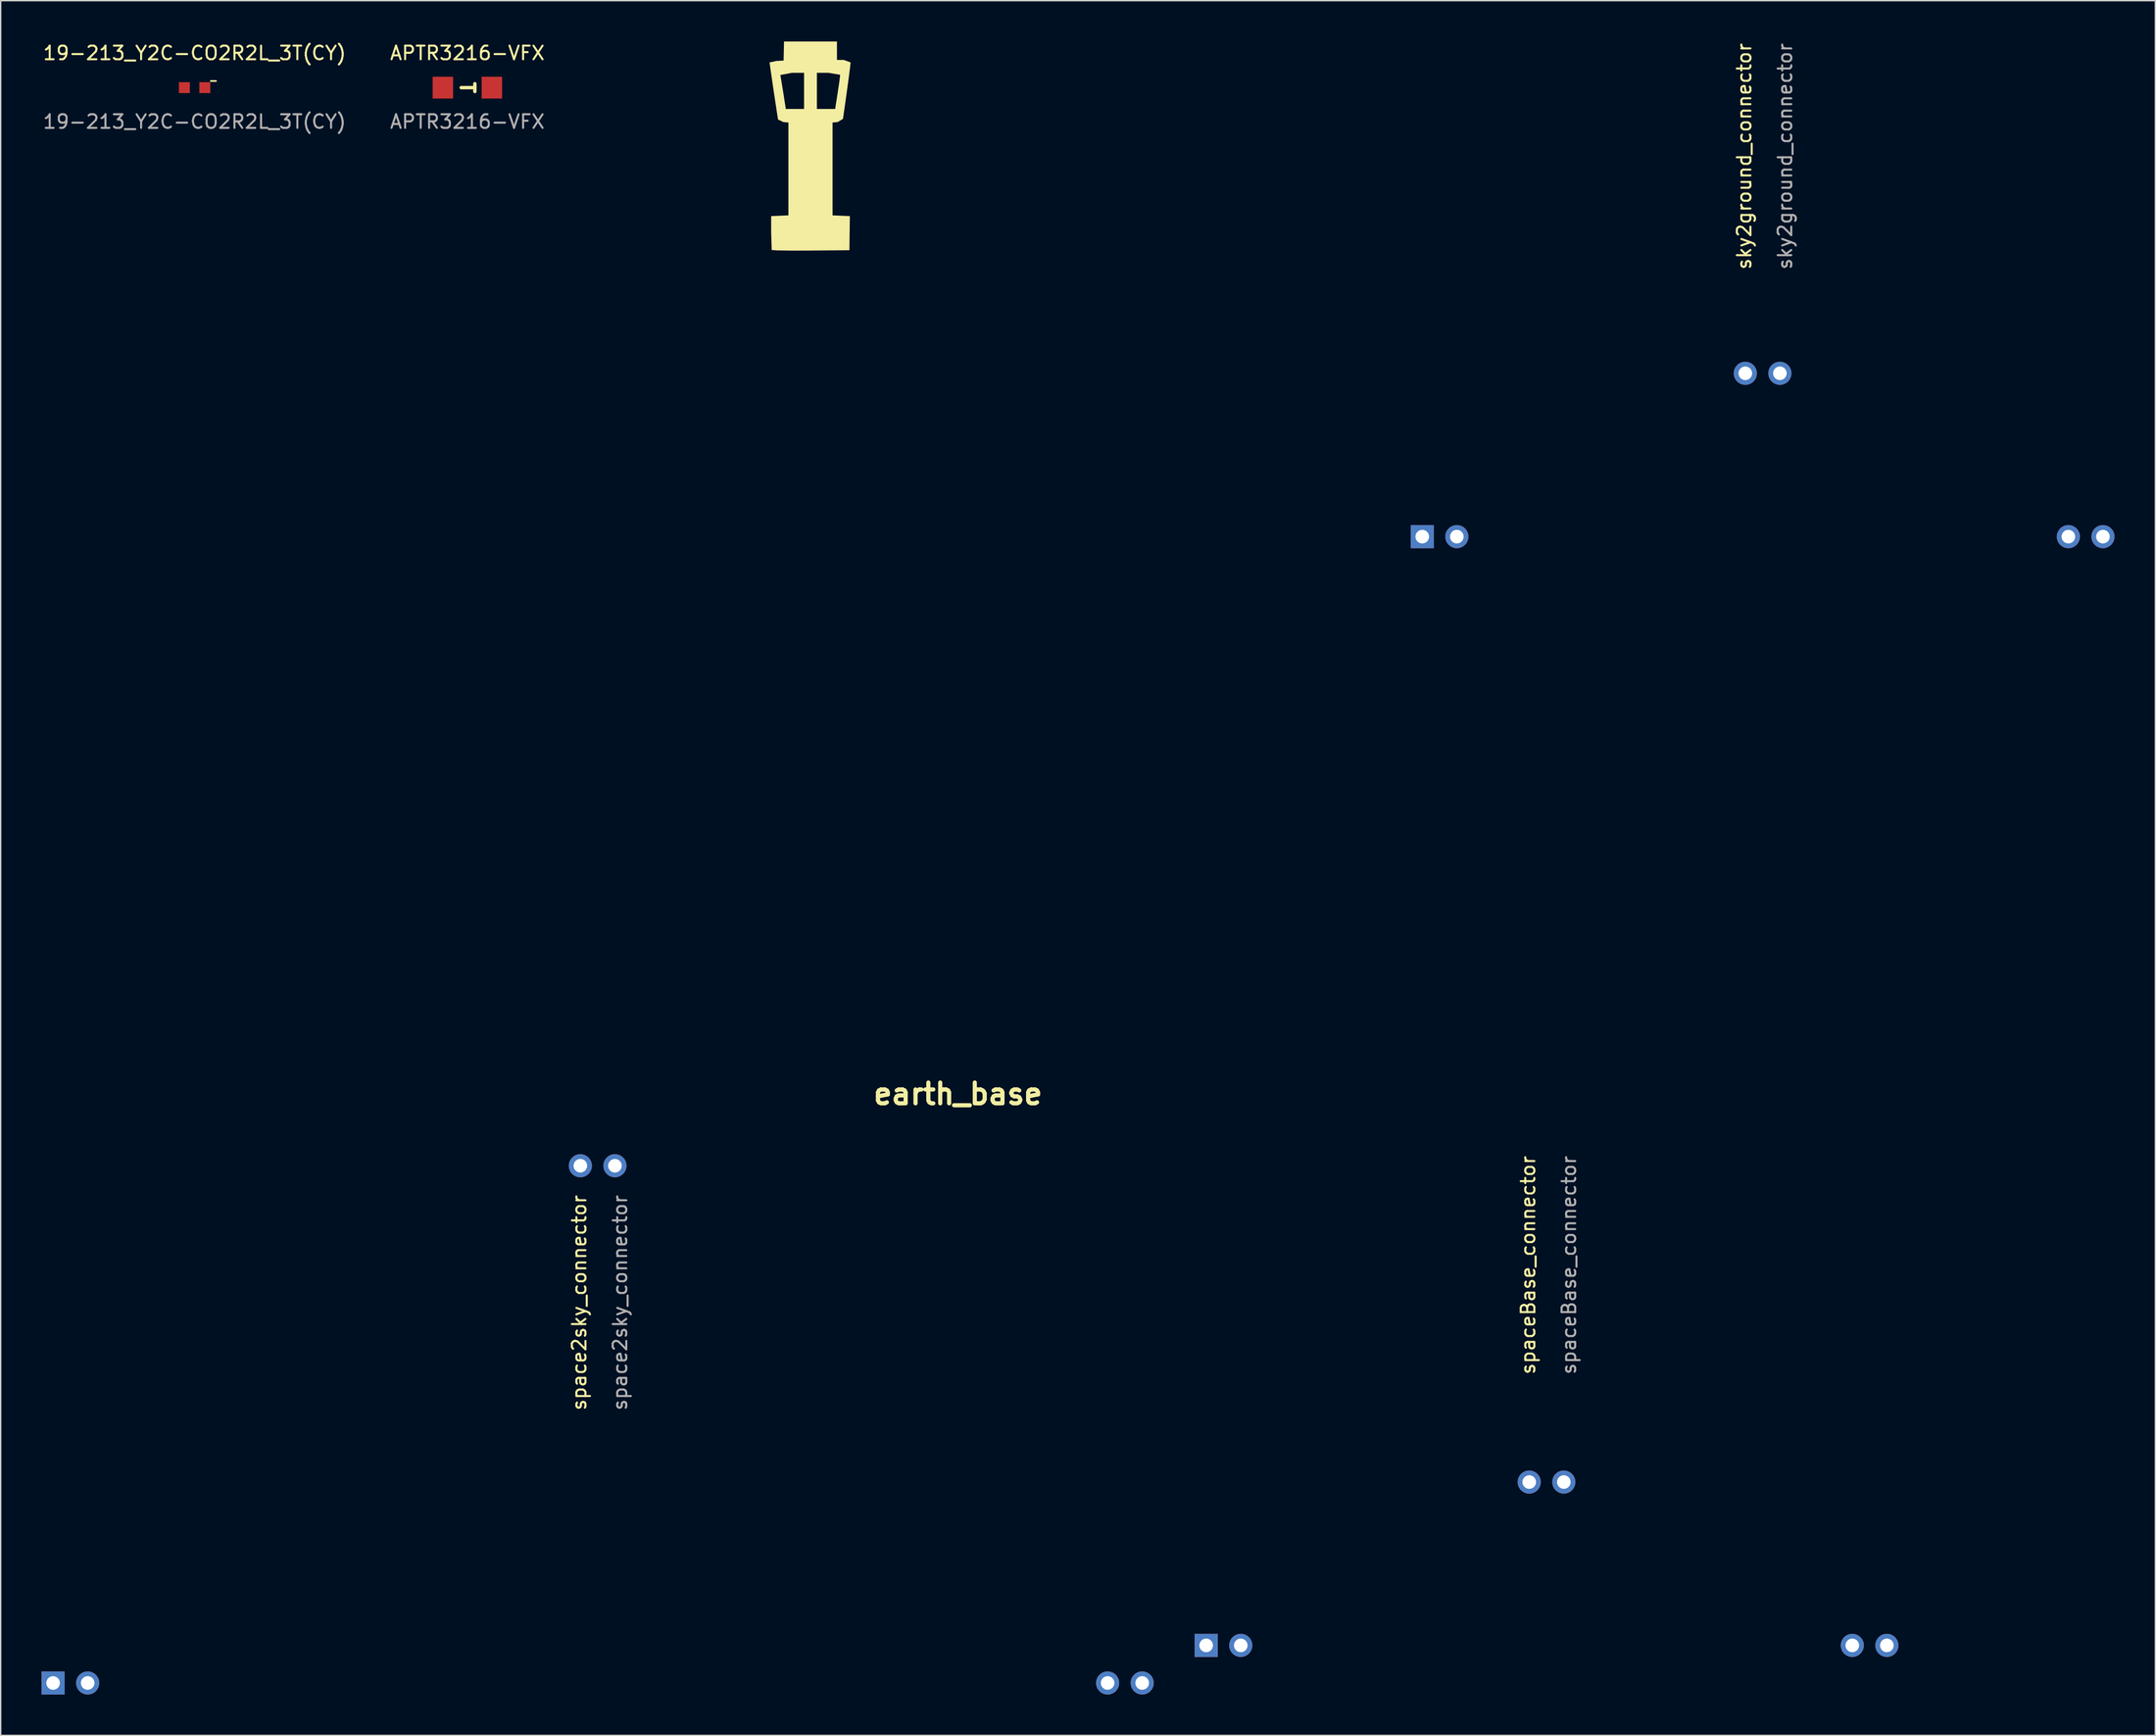
<source format=kicad_pcb>
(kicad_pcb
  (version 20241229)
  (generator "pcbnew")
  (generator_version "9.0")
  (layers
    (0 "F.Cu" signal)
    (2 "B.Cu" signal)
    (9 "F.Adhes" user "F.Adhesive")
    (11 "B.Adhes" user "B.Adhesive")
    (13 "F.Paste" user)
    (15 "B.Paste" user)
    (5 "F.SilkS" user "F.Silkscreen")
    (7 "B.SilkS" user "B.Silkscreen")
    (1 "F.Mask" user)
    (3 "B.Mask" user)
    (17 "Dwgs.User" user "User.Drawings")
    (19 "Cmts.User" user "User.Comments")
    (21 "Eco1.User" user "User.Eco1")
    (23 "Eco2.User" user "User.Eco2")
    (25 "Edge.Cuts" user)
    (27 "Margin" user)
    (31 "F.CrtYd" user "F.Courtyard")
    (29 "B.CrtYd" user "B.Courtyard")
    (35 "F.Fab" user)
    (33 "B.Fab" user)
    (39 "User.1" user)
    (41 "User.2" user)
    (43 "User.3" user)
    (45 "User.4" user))
  (footprint "sky2ground_connector"
    (layer "F.Cu")
    (at 126.422 36.375)
    (property "Reference" "sky2ground_connector" (at -1.35 -27.94 90) (unlocked yes) (layer "F.SilkS") (effects (font (size 1 1) (thickness 0.15))))
    (attr smd)
    (fp_text user "${REFERENCE}" (at 1.65 -27.94 90) (unlocked yes) (layer "F.Fab") (effects (font (size 1 1) (thickness 0.15))))
    (pad "1" thru_hole rect (at -25 0 90) (size 1.7 1.7) (drill 1) (layers "*.Cu" "*.Mask"))
    (pad "2" thru_hole oval (at -22.46 0 90) (size 1.7 1.7) (drill 1) (layers "*.Cu" "*.Mask"))
    (pad "3" thru_hole oval (at -1.27 -12 90) (size 1.7 1.7) (drill 1) (layers "*.Cu" "*.Mask"))
    (pad "4" thru_hole circle (at 1.27 -12 90) (size 1.7 1.7) (drill 1) (layers "*.Cu" "*.Mask"))
    (pad "5" thru_hole oval (at 22.46 0 90) (size 1.7 1.7) (drill 1) (layers "*.Cu" "*.Mask"))
    (pad "6" thru_hole oval (at 25 0 90) (size 1.7 1.7) (drill 1) (layers "*.Cu" "*.Mask")))
  (footprint "APTR3216-VFX"
    (layer "F.Cu")
    (at 31.28 3.388)
    (property "Reference" "APTR3216-VFX" (at 0 -2.54 0) (unlocked yes) (layer "F.SilkS") (effects (font (size 1 1) (thickness 0.15))))
    (attr smd)
    (fp_text user "T" (at 0 0 270) (unlocked yes) (layer "F.SilkS") (effects (font (size 1 1) (thickness 0.25))))
    (fp_text user "${REFERENCE}" (at 0 2.5 0) (unlocked yes) (layer "F.Fab") (effects (font (size 1 1) (thickness 0.15))))
    (pad "1" smd rect (at -1.8 0) (size 1.5 1.6) (layers "F.Cu" "F.Mask" "F.Paste"))
    (pad "2" smd rect (at 1.8 0) (size 1.5 1.6) (layers "F.Cu" "F.Mask" "F.Paste")))
  (footprint "spaceBase_connector"
    (layer "F.Cu")
    (at 110.55 117.831)
    (property "Reference" "spaceBase_connector" (at -1.35 -27.94 90) (unlocked yes) (layer "F.SilkS") (effects (font (size 1 1) (thickness 0.15))))
    (attr smd)
    (fp_text user "${REFERENCE}" (at 1.65 -27.94 90) (unlocked yes) (layer "F.Fab") (effects (font (size 1 1) (thickness 0.15))))
    (pad "1" thru_hole rect (at -25 0 90) (size 1.7 1.7) (drill 1) (layers "*.Cu" "*.Mask"))
    (pad "2" thru_hole oval (at -22.46 0 90) (size 1.7 1.7) (drill 1) (layers "*.Cu" "*.Mask"))
    (pad "3" thru_hole oval (at -1.27 -12 90) (size 1.7 1.7) (drill 1) (layers "*.Cu" "*.Mask"))
    (pad "4" thru_hole circle (at 1.27 -12 90) (size 1.7 1.7) (drill 1) (layers "*.Cu" "*.Mask"))
    (pad "5" thru_hole oval (at 22.46 0 90) (size 1.7 1.7) (drill 1) (layers "*.Cu" "*.Mask"))
    (pad "6" thru_hole oval (at 25 0 90) (size 1.7 1.7) (drill 1) (layers "*.Cu" "*.Mask")))
  (footprint "space2sky_connector"
    (layer "F.Cu")
    (at 40.85 120.592)
    (property "Reference" "space2sky_connector" (at -1.35 -27.94 90) (unlocked yes) (layer "F.SilkS") (effects (font (size 1 1) (thickness 0.15))))
    (attr smd)
    (fp_text user "${REFERENCE}" (at 1.65 -27.94 90) (unlocked yes) (layer "F.Fab") (effects (font (size 1 1) (thickness 0.15))))
    (pad "1" thru_hole rect (at -40 0 90) (size 1.7 1.7) (drill 1) (layers "*.Cu" "*.Mask"))
    (pad "2" thru_hole oval (at -37.46 0 90) (size 1.7 1.7) (drill 1) (layers "*.Cu" "*.Mask"))
    (pad "3" thru_hole oval (at -1.27 -38 90) (size 1.7 1.7) (drill 1) (layers "*.Cu" "*.Mask"))
    (pad "4" thru_hole circle (at 1.27 -38 90) (size 1.7 1.7) (drill 1) (layers "*.Cu" "*.Mask"))
    (pad "5" thru_hole oval (at 37.46 0 90) (size 1.7 1.7) (drill 1) (layers "*.Cu" "*.Mask"))
    (pad "6" thru_hole oval (at 40 0 90) (size 1.7 1.7) (drill 1) (layers "*.Cu" "*.Mask")))
  (footprint "19-213_Y2C-CO2R2L_3T(CY)"
    (layer "F.Cu")
    (at 11.244 3.388)
    (property "Reference" "19-213_Y2C-CO2R2L_3T(CY)" (at 0 -2.54 0) (unlocked yes) (layer "F.SilkS") (effects (font (size 1 1) (thickness 0.15))))
    (attr smd)
    (fp_text user "-" (at 1.382 -0.522 0) (unlocked yes) (layer "F.SilkS") (effects (font (size 0.5 0.5) (thickness 0.125))))
    (fp_text user "${REFERENCE}" (at 0 2.5 0) (unlocked yes) (layer "F.Fab") (effects (font (size 1 1) (thickness 0.15))))
    (pad "1" smd rect (at -0.75 0) (size 0.8 0.8) (layers "F.Cu" "F.Mask" "F.Paste"))
    (pad "2" smd rect (at 0.75 0) (size 0.8 0.8) (layers "F.Cu" "F.Mask" "F.Paste")))
  (footprint "earth_base"
    (layer "F.Cu")
    (at 67.32 10.381)
    (property "Reference" "earth_base" (at 0 66.934 0) (layer "F.SilkS") (effects (font (size 1.524 1.524) (thickness 0.305))))
    (attr exclude_from_pos_files exclude_from_bom)
    (fp_poly (pts (xy -12.198 -8.081) (xy -11.307 -8.081) (xy -11.307 -6.754) (xy -11.307 -5.427) (xy -11.978 -5.427) (xy -12.648 -5.427) (xy -12.83 -6.594) (xy -12.97 -7.465) (xy -13.05 -7.92) (xy -12.198 -8.081)) (stroke (width 0) (type solid)) (fill yes) (layer "F.Mask"))
    (fp_poly (pts (xy -10.364 -8.081) (xy -9.51 -8.081) (xy -8.655 -7.936) (xy -8.709 -7.486) (xy -8.839 -6.609) (xy -9.023 -5.427) (xy -9.694 -5.427) (xy -10.364 -5.427) (xy -10.364 -6.754) (xy -10.364 -8.081)) (stroke (width 0) (type solid)) (fill yes) (layer "F.Mask"))
    (fp_poly (pts (xy -12.78 -10.381) (xy -12.793 -9.76) (xy -12.81 -8.981) (xy -13.326 -8.953) (xy -13.842 -8.846) (xy -13.752 -8.198) (xy -13.551 -6.828) (xy -13.339 -5.418) (xy -13.218 -4.649) (xy -12.822 -4.46) (xy -12.457 -4.432) (xy -12.457 -1.02) (xy -12.457 2.392) (xy -13.09 2.419) (xy -13.724 2.446) (xy -13.724 3.659) (xy -13.684 4.936) (xy -13.276 4.965) (xy -12.243 4.979) (xy -11.307 4.977) (xy -11.307 -5.427) (xy -11.978 -5.427) (xy -12.648 -5.427) (xy -12.83 -6.594) (xy -12.97 -7.465) (xy -13.05 -7.92) (xy -12.198 -8.081) (xy -11.307 -8.081) (xy -11.307 -6.754) (xy -11.307 -5.427) (xy -11.307 4.977) (xy -10.811 4.975) (xy -7.977 4.951) (xy -7.961 3.699) (xy -7.944 2.446) (xy -8.58 2.419) (xy -9.215 2.392) (xy -9.215 -1.02) (xy -9.215 -4.432) (xy -9.023 -4.446) (xy -9.023 -5.427) (xy -9.694 -5.427) (xy -10.364 -5.427) (xy -10.364 -6.754) (xy -10.364 -8.081) (xy -9.51 -8.081) (xy -8.655 -7.936) (xy -8.709 -7.486) (xy -8.839 -6.609) (xy -9.023 -5.427) (xy -9.023 -4.446) (xy -8.847 -4.46) (xy -8.449 -4.697) (xy -8.251 -6.083) (xy -8.07 -7.392) (xy -7.939 -8.39) (xy -7.889 -8.845) (xy -8.39 -9.028) (xy -8.891 -9.028) (xy -8.891 -9.831) (xy -8.891 -10.381) (xy -12.78 -10.381)) (stroke (width 0) (type solid)) (fill yes) (layer "F.SilkS"))
    (fp_poly (pts (xy -12.78 -10.381) (xy -12.793 -9.76) (xy -12.81 -8.981) (xy -13.326 -8.953) (xy -13.842 -8.846) (xy -13.678 -7.69) (xy -15.01 -7.152) (xy -16.289 -6.571) (xy -17.512 -5.949) (xy -18.676 -5.287) (xy -19.779 -4.587) (xy -20.817 -3.851) (xy -21.789 -3.08) (xy -22.69 -2.276) (xy -23.519 -1.442) (xy -24.272 -0.577) (xy -24.947 0.315) (xy -25.541 1.233) (xy -26.051 2.176) (xy -26.475 3.142) (xy -26.809 4.128) (xy -27.052 5.135) (xy -27.199 6.158) (xy -27.249 7.198) (xy -27.207 8.138) (xy 30.252 8.144) (xy 30.215 7.239) (xy 30.104 6.341) (xy 29.921 5.45) (xy 29.669 4.57) (xy 29.348 3.7) (xy 28.961 2.843) (xy 28.51 2) (xy 27.996 1.172) (xy 27.421 0.36) (xy 26.786 -0.433) (xy 26.095 -1.206) (xy 25.348 -1.958) (xy 24.547 -2.687) (xy 23.694 -3.393) (xy 22.791 -4.073) (xy 21.84 -4.726) (xy 20.842 -5.351) (xy 19.8 -5.946) (xy 18.714 -6.509) (xy 17.588 -7.04) (xy 16.422 -7.537) (xy 15.218 -7.998) (xy 13.979 -8.422) (xy 12.706 -8.808) (xy 11.401 -9.153) (xy 10.065 -9.458) (xy 8.701 -9.719) (xy 7.31 -9.936) (xy 5.894 -10.108) (xy 4.454 -10.232) (xy 2.994 -10.307) (xy 1.514 -10.333) (xy 0.146 -10.313) (xy -1.206 -10.256) (xy -2.54 -10.16) (xy -3.854 -10.028) (xy -5.148 -9.86) (xy -6.42 -9.657) (xy -7.668 -9.42) (xy -8.891 -9.15) (xy -8.891 -9.831) (xy -8.891 -10.381) (xy -12.78 -10.381)) (stroke (width 0.00001) (type solid)) (fill no) (layer "Edge.Cuts")))
  (gr_rect
    (start -3 -3)
    (end 155.272 124.442)
    (stroke (width 0.1) (type default))
    (fill no)
    (layer "Edge.Cuts")))
</source>
